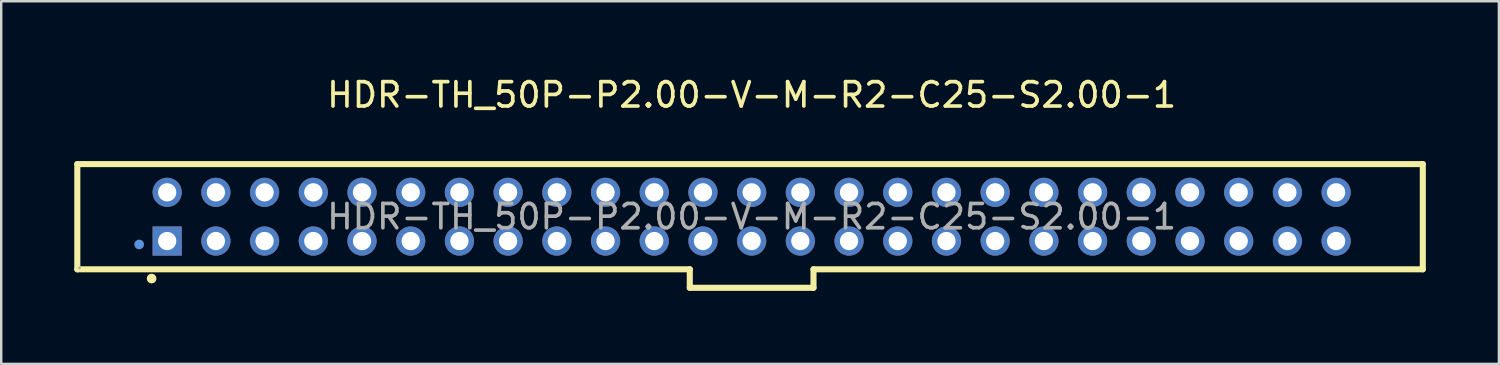
<source format=kicad_pcb>
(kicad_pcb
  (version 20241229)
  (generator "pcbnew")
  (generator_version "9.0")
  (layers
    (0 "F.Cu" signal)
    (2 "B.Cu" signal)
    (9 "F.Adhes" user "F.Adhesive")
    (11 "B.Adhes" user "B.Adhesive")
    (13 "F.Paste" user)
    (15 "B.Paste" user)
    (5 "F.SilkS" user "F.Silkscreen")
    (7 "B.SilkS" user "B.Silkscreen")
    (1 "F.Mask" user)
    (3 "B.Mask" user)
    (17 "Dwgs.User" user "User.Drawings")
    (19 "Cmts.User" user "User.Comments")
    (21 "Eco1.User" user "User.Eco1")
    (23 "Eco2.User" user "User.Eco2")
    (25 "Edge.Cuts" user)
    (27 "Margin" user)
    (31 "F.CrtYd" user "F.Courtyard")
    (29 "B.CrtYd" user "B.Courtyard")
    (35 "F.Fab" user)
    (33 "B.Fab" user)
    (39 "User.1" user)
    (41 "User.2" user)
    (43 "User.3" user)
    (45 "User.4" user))
  (footprint "HDR-TH_50P-P2.00-V-M-R2-C25-S2.00-1"
    (layer "F.Cu")
    (at 27.815 5.848)
    (property "Reference" "HDR-TH_50P-P2.00-V-M-R2-C25-S2.00-1" (at 0 -5 0) (layer "F.SilkS") (effects (font (size 1 1) (thickness 0.15))))
    (attr through_hole)
    (fp_line (start -27.69 -2.16) (end 27.56 -2.16) (stroke (width 0.25) (type solid)) (layer "F.SilkS"))
    (fp_line (start -27.69 2.16) (end -27.69 -2.16) (stroke (width 0.25) (type solid)) (layer "F.SilkS"))
    (fp_line (start -2.54 2.16) (end -27.69 2.16) (stroke (width 0.25) (type solid)) (layer "F.SilkS"))
    (fp_line (start -2.54 2.92) (end -2.54 2.16) (stroke (width 0.25) (type solid)) (layer "F.SilkS"))
    (fp_line (start 2.54 2.16) (end 2.54 2.92) (stroke (width 0.25) (type solid)) (layer "F.SilkS"))
    (fp_line (start 2.54 2.92) (end -2.54 2.92) (stroke (width 0.25) (type solid)) (layer "F.SilkS"))
    (fp_line (start 27.56 -2.16) (end 27.56 2.16) (stroke (width 0.25) (type solid)) (layer "F.SilkS"))
    (fp_line (start 27.56 2.16) (end 2.54 2.16) (stroke (width 0.25) (type solid)) (layer "F.SilkS"))
    (fp_circle (center -24.64 2.54) (end -24.54 2.54) (stroke (width 0.2) (type solid)) (fill no) (layer "F.SilkS"))
    (fp_circle (center -25.15 1.14) (end -25.05 1.14) (stroke (width 0.2) (type solid)) (fill no) (layer "Cmts.User"))
    (fp_circle (center -27.6 2.1) (end -27.57 2.1) (stroke (width 0.06) (type solid)) (fill no) (layer "F.Fab"))
    (fp_circle (center -24 1) (end -23.86 1) (stroke (width 0.28) (type solid)) (fill no) (layer "F.Fab"))
    (fp_circle (center -23.99 -1) (end -23.85 -1) (stroke (width 0.28) (type solid)) (fill no) (layer "F.Fab"))
    (fp_circle (center -21.99 -1) (end -21.85 -1) (stroke (width 0.28) (type solid)) (fill no) (layer "F.Fab"))
    (fp_circle (center -21.99 1) (end -21.85 1) (stroke (width 0.28) (type solid)) (fill no) (layer "F.Fab"))
    (fp_circle (center -19.99 -1) (end -19.85 -1) (stroke (width 0.28) (type solid)) (fill no) (layer "F.Fab"))
    (fp_circle (center -19.99 1) (end -19.85 1) (stroke (width 0.28) (type solid)) (fill no) (layer "F.Fab"))
    (fp_circle (center -17.99 -1) (end -17.85 -1) (stroke (width 0.28) (type solid)) (fill no) (layer "F.Fab"))
    (fp_circle (center -17.99 1) (end -17.85 1) (stroke (width 0.28) (type solid)) (fill no) (layer "F.Fab"))
    (fp_circle (center -16 -1) (end -15.86 -1) (stroke (width 0.28) (type solid)) (fill no) (layer "F.Fab"))
    (fp_circle (center -16 1) (end -15.86 1) (stroke (width 0.28) (type solid)) (fill no) (layer "F.Fab"))
    (fp_circle (center -13.99 -1) (end -13.85 -1) (stroke (width 0.28) (type solid)) (fill no) (layer "F.Fab"))
    (fp_circle (center -13.99 1) (end -13.85 1) (stroke (width 0.28) (type solid)) (fill no) (layer "F.Fab"))
    (fp_circle (center -12 -1) (end -11.86 -1) (stroke (width 0.28) (type solid)) (fill no) (layer "F.Fab"))
    (fp_circle (center -12 1) (end -11.86 1) (stroke (width 0.28) (type solid)) (fill no) (layer "F.Fab"))
    (fp_circle (center -9.99 -1) (end -9.85 -1) (stroke (width 0.28) (type solid)) (fill no) (layer "F.Fab"))
    (fp_circle (center -9.99 1) (end -9.85 1) (stroke (width 0.28) (type solid)) (fill no) (layer "F.Fab"))
    (fp_circle (center -8 -1) (end -7.86 -1) (stroke (width 0.28) (type solid)) (fill no) (layer "F.Fab"))
    (fp_circle (center -8 1) (end -7.86 1) (stroke (width 0.28) (type solid)) (fill no) (layer "F.Fab"))
    (fp_circle (center -6 -1) (end -5.86 -1) (stroke (width 0.28) (type solid)) (fill no) (layer "F.Fab"))
    (fp_circle (center -6 1) (end -5.86 1) (stroke (width 0.28) (type solid)) (fill no) (layer "F.Fab"))
    (fp_circle (center -4 -1) (end -3.86 -1) (stroke (width 0.28) (type solid)) (fill no) (layer "F.Fab"))
    (fp_circle (center -4 1) (end -3.86 1) (stroke (width 0.28) (type solid)) (fill no) (layer "F.Fab"))
    (fp_circle (center -2 -1) (end -1.86 -1) (stroke (width 0.28) (type solid)) (fill no) (layer "F.Fab"))
    (fp_circle (center -2 1) (end -1.86 1) (stroke (width 0.28) (type solid)) (fill no) (layer "F.Fab"))
    (fp_circle (center 0 -1) (end 0.14 -1) (stroke (width 0.28) (type solid)) (fill no) (layer "F.Fab"))
    (fp_circle (center 0 1) (end 0.14 1) (stroke (width 0.28) (type solid)) (fill no) (layer "F.Fab"))
    (fp_circle (center 2 -1) (end 2.14 -1) (stroke (width 0.28) (type solid)) (fill no) (layer "F.Fab"))
    (fp_circle (center 2 1) (end 2.14 1) (stroke (width 0.28) (type solid)) (fill no) (layer "F.Fab"))
    (fp_circle (center 4 -1) (end 4.14 -1) (stroke (width 0.28) (type solid)) (fill no) (layer "F.Fab"))
    (fp_circle (center 4 1) (end 4.14 1) (stroke (width 0.28) (type solid)) (fill no) (layer "F.Fab"))
    (fp_circle (center 6.01 -1) (end 6.15 -1) (stroke (width 0.28) (type solid)) (fill no) (layer "F.Fab"))
    (fp_circle (center 6.01 1) (end 6.15 1) (stroke (width 0.28) (type solid)) (fill no) (layer "F.Fab"))
    (fp_circle (center 8.01 -1) (end 8.15 -1) (stroke (width 0.28) (type solid)) (fill no) (layer "F.Fab"))
    (fp_circle (center 8.01 1) (end 8.15 1) (stroke (width 0.28) (type solid)) (fill no) (layer "F.Fab"))
    (fp_circle (center 10.01 -1) (end 10.15 -1) (stroke (width 0.28) (type solid)) (fill no) (layer "F.Fab"))
    (fp_circle (center 10.01 1) (end 10.15 1) (stroke (width 0.28) (type solid)) (fill no) (layer "F.Fab"))
    (fp_circle (center 12.01 -1) (end 12.15 -1) (stroke (width 0.28) (type solid)) (fill no) (layer "F.Fab"))
    (fp_circle (center 12.01 1) (end 12.15 1) (stroke (width 0.28) (type solid)) (fill no) (layer "F.Fab"))
    (fp_circle (center 14.01 -1) (end 14.15 -1) (stroke (width 0.28) (type solid)) (fill no) (layer "F.Fab"))
    (fp_circle (center 14.01 1) (end 14.15 1) (stroke (width 0.28) (type solid)) (fill no) (layer "F.Fab"))
    (fp_circle (center 16.01 -1) (end 16.15 -1) (stroke (width 0.28) (type solid)) (fill no) (layer "F.Fab"))
    (fp_circle (center 16.01 1) (end 16.15 1) (stroke (width 0.28) (type solid)) (fill no) (layer "F.Fab"))
    (fp_circle (center 18.01 -1) (end 18.15 -1) (stroke (width 0.28) (type solid)) (fill no) (layer "F.Fab"))
    (fp_circle (center 18.01 1) (end 18.15 1) (stroke (width 0.28) (type solid)) (fill no) (layer "F.Fab"))
    (fp_circle (center 20.01 -1) (end 20.15 -1) (stroke (width 0.28) (type solid)) (fill no) (layer "F.Fab"))
    (fp_circle (center 20.01 1) (end 20.15 1) (stroke (width 0.28) (type solid)) (fill no) (layer "F.Fab"))
    (fp_circle (center 22.01 -1) (end 22.15 -1) (stroke (width 0.28) (type solid)) (fill no) (layer "F.Fab"))
    (fp_circle (center 22.01 1) (end 22.15 1) (stroke (width 0.28) (type solid)) (fill no) (layer "F.Fab"))
    (fp_circle (center 24.01 -1) (end 24.15 -1) (stroke (width 0.28) (type solid)) (fill no) (layer "F.Fab"))
    (fp_circle (center 24.01 1) (end 24.15 1) (stroke (width 0.28) (type solid)) (fill no) (layer "F.Fab"))
    (fp_text user "${REFERENCE}" (at 0 0 0) (layer "F.Fab") (effects (font (size 1 1) (thickness 0.15))))
    (pad "1" thru_hole rect (at -24 1) (size 1.2 1.2) (drill 0.75) (layers "*.Cu" "*.Paste" "*.Mask"))
    (pad "2" thru_hole circle (at -24 -1) (size 1.2 1.2) (drill 0.75) (layers "*.Cu" "*.Paste" "*.Mask"))
    (pad "3" thru_hole circle (at -22 1) (size 1.2 1.2) (drill 0.75) (layers "*.Cu" "*.Paste" "*.Mask"))
    (pad "4" thru_hole circle (at -22 -1) (size 1.2 1.2) (drill 0.75) (layers "*.Cu" "*.Paste" "*.Mask"))
    (pad "5" thru_hole circle (at -20 1) (size 1.2 1.2) (drill 0.75) (layers "*.Cu" "*.Paste" "*.Mask"))
    (pad "6" thru_hole circle (at -20 -1) (size 1.2 1.2) (drill 0.75) (layers "*.Cu" "*.Paste" "*.Mask"))
    (pad "7" thru_hole circle (at -18 1) (size 1.2 1.2) (drill 0.75) (layers "*.Cu" "*.Paste" "*.Mask"))
    (pad "8" thru_hole circle (at -18 -1) (size 1.2 1.2) (drill 0.75) (layers "*.Cu" "*.Paste" "*.Mask"))
    (pad "9" thru_hole circle (at -16 1) (size 1.2 1.2) (drill 0.75) (layers "*.Cu" "*.Paste" "*.Mask"))
    (pad "10" thru_hole circle (at -16 -1) (size 1.2 1.2) (drill 0.75) (layers "*.Cu" "*.Paste" "*.Mask"))
    (pad "11" thru_hole circle (at -14 1) (size 1.2 1.2) (drill 0.75) (layers "*.Cu" "*.Paste" "*.Mask"))
    (pad "12" thru_hole circle (at -14 -1) (size 1.2 1.2) (drill 0.75) (layers "*.Cu" "*.Paste" "*.Mask"))
    (pad "13" thru_hole circle (at -12 1) (size 1.2 1.2) (drill 0.75) (layers "*.Cu" "*.Paste" "*.Mask"))
    (pad "14" thru_hole circle (at -12 -1) (size 1.2 1.2) (drill 0.75) (layers "*.Cu" "*.Paste" "*.Mask"))
    (pad "15" thru_hole circle (at -10 1) (size 1.2 1.2) (drill 0.75) (layers "*.Cu" "*.Paste" "*.Mask"))
    (pad "16" thru_hole circle (at -10 -1) (size 1.2 1.2) (drill 0.75) (layers "*.Cu" "*.Paste" "*.Mask"))
    (pad "17" thru_hole circle (at -8 1) (size 1.2 1.2) (drill 0.75) (layers "*.Cu" "*.Paste" "*.Mask"))
    (pad "18" thru_hole circle (at -8 -1) (size 1.2 1.2) (drill 0.75) (layers "*.Cu" "*.Paste" "*.Mask"))
    (pad "19" thru_hole circle (at -6 1) (size 1.2 1.2) (drill 0.75) (layers "*.Cu" "*.Paste" "*.Mask"))
    (pad "20" thru_hole circle (at -6 -1) (size 1.2 1.2) (drill 0.75) (layers "*.Cu" "*.Paste" "*.Mask"))
    (pad "21" thru_hole circle (at -4 1) (size 1.2 1.2) (drill 0.75) (layers "*.Cu" "*.Paste" "*.Mask"))
    (pad "22" thru_hole circle (at -4 -1) (size 1.2 1.2) (drill 0.75) (layers "*.Cu" "*.Paste" "*.Mask"))
    (pad "23" thru_hole circle (at -2 1) (size 1.2 1.2) (drill 0.75) (layers "*.Cu" "*.Paste" "*.Mask"))
    (pad "24" thru_hole circle (at -2 -1) (size 1.2 1.2) (drill 0.75) (layers "*.Cu" "*.Paste" "*.Mask"))
    (pad "25" thru_hole circle (at 0 1) (size 1.2 1.2) (drill 0.75) (layers "*.Cu" "*.Paste" "*.Mask"))
    (pad "26" thru_hole circle (at 0 -1) (size 1.2 1.2) (drill 0.75) (layers "*.Cu" "*.Paste" "*.Mask"))
    (pad "27" thru_hole circle (at 2 1) (size 1.2 1.2) (drill 0.75) (layers "*.Cu" "*.Paste" "*.Mask"))
    (pad "28" thru_hole circle (at 2 -1) (size 1.2 1.2) (drill 0.75) (layers "*.Cu" "*.Paste" "*.Mask"))
    (pad "29" thru_hole circle (at 4 1) (size 1.2 1.2) (drill 0.75) (layers "*.Cu" "*.Paste" "*.Mask"))
    (pad "30" thru_hole circle (at 4 -1) (size 1.2 1.2) (drill 0.75) (layers "*.Cu" "*.Paste" "*.Mask"))
    (pad "31" thru_hole circle (at 6 1) (size 1.2 1.2) (drill 0.75) (layers "*.Cu" "*.Paste" "*.Mask"))
    (pad "32" thru_hole circle (at 6 -1) (size 1.2 1.2) (drill 0.75) (layers "*.Cu" "*.Paste" "*.Mask"))
    (pad "33" thru_hole circle (at 8 1) (size 1.2 1.2) (drill 0.75) (layers "*.Cu" "*.Paste" "*.Mask"))
    (pad "34" thru_hole circle (at 8 -1) (size 1.2 1.2) (drill 0.75) (layers "*.Cu" "*.Paste" "*.Mask"))
    (pad "35" thru_hole circle (at 10 1) (size 1.2 1.2) (drill 0.75) (layers "*.Cu" "*.Paste" "*.Mask"))
    (pad "36" thru_hole circle (at 10 -1) (size 1.2 1.2) (drill 0.75) (layers "*.Cu" "*.Paste" "*.Mask"))
    (pad "37" thru_hole circle (at 12 1) (size 1.2 1.2) (drill 0.75) (layers "*.Cu" "*.Paste" "*.Mask"))
    (pad "38" thru_hole circle (at 12 -1) (size 1.2 1.2) (drill 0.75) (layers "*.Cu" "*.Paste" "*.Mask"))
    (pad "39" thru_hole circle (at 14 1) (size 1.2 1.2) (drill 0.75) (layers "*.Cu" "*.Paste" "*.Mask"))
    (pad "40" thru_hole circle (at 14 -1) (size 1.2 1.2) (drill 0.75) (layers "*.Cu" "*.Paste" "*.Mask"))
    (pad "41" thru_hole circle (at 16 1) (size 1.2 1.2) (drill 0.75) (layers "*.Cu" "*.Paste" "*.Mask"))
    (pad "42" thru_hole circle (at 16 -1) (size 1.2 1.2) (drill 0.75) (layers "*.Cu" "*.Paste" "*.Mask"))
    (pad "43" thru_hole circle (at 18 1) (size 1.2 1.2) (drill 0.75) (layers "*.Cu" "*.Paste" "*.Mask"))
    (pad "44" thru_hole circle (at 18 -1) (size 1.2 1.2) (drill 0.75) (layers "*.Cu" "*.Paste" "*.Mask"))
    (pad "45" thru_hole circle (at 20 1) (size 1.2 1.2) (drill 0.75) (layers "*.Cu" "*.Paste" "*.Mask"))
    (pad "46" thru_hole circle (at 20 -1) (size 1.2 1.2) (drill 0.75) (layers "*.Cu" "*.Paste" "*.Mask"))
    (pad "47" thru_hole circle (at 22 1) (size 1.2 1.2) (drill 0.75) (layers "*.Cu" "*.Paste" "*.Mask"))
    (pad "48" thru_hole circle (at 22 -1) (size 1.2 1.2) (drill 0.75) (layers "*.Cu" "*.Paste" "*.Mask"))
    (pad "49" thru_hole circle (at 24 1) (size 1.2 1.2) (drill 0.75) (layers "*.Cu" "*.Paste" "*.Mask"))
    (pad "50" thru_hole circle (at 24 -1) (size 1.2 1.2) (drill 0.75) (layers "*.Cu" "*.Paste" "*.Mask")))
  (gr_rect
    (start -3 -3)
    (end 58.5 11.893)
    (stroke (width 0.1) (type default))
    (fill no)
    (layer "Edge.Cuts")))
</source>
